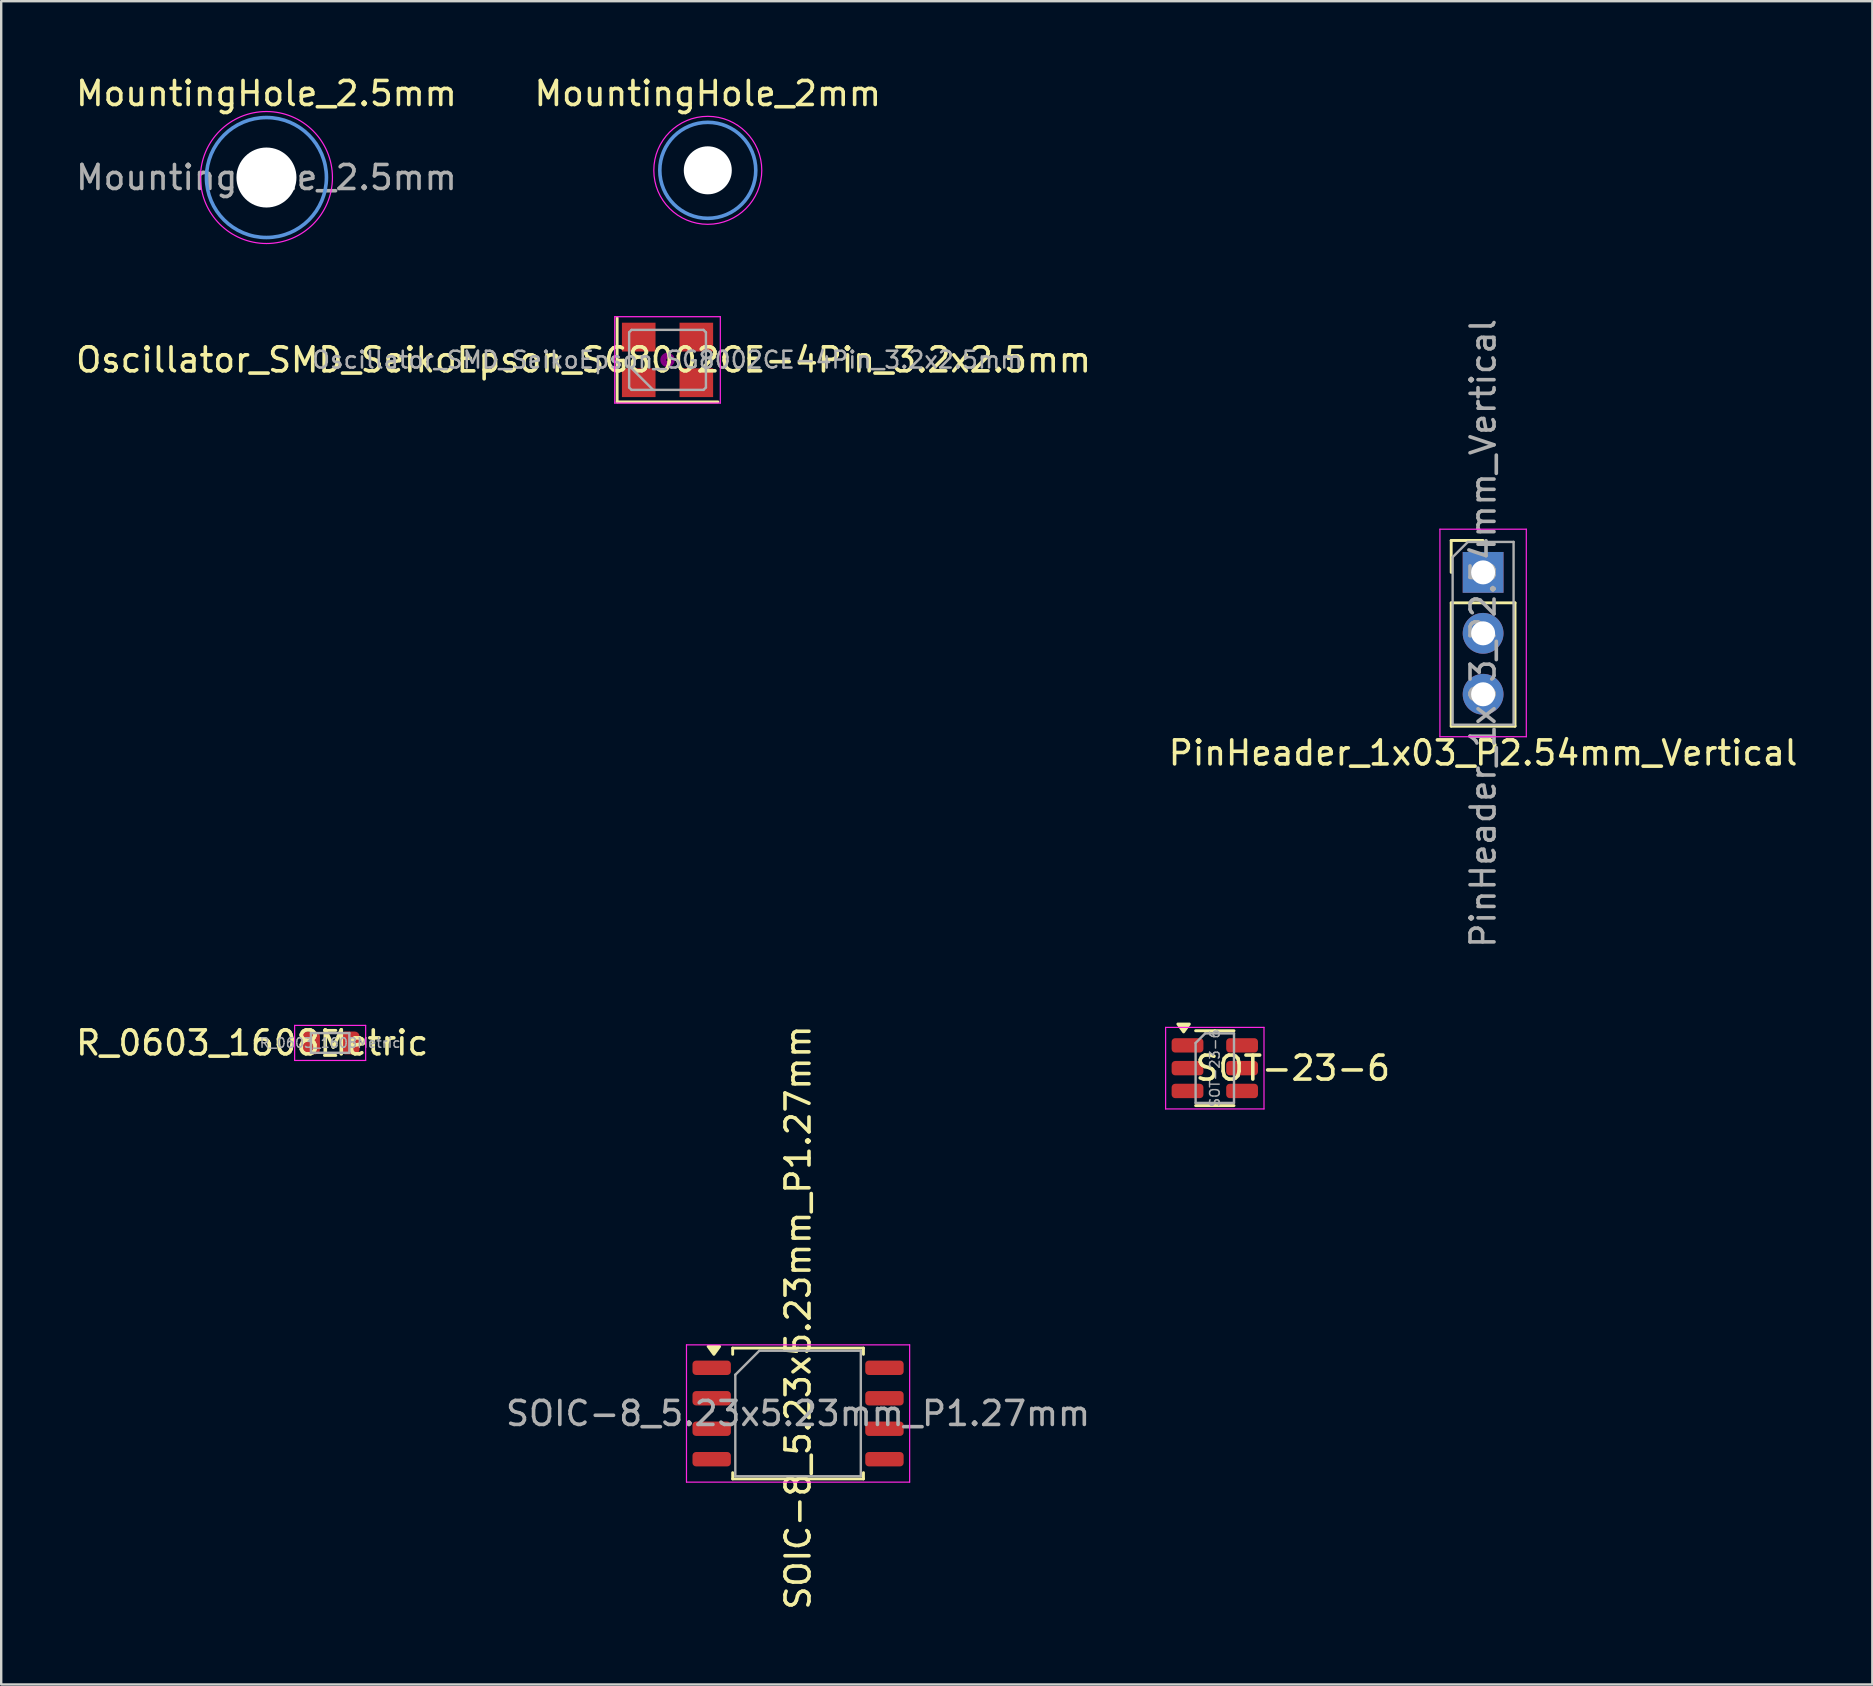
<source format=kicad_pcb>
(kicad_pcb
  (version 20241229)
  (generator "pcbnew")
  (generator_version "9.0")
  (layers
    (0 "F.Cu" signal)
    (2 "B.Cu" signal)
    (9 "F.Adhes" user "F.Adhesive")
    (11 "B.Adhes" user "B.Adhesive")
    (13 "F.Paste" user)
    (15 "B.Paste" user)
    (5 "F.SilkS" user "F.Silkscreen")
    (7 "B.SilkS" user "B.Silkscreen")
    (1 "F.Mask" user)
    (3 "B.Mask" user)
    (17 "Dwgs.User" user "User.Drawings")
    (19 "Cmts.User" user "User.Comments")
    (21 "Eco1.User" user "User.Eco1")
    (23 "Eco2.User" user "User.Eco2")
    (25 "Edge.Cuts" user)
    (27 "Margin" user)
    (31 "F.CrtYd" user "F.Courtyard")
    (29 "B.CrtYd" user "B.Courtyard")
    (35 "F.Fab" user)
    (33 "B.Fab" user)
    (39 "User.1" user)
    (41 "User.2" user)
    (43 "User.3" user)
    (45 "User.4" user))
  (footprint "SOT-23-6"
    (layer "F.Cu")
    (at 47.575 41.464)
    (property "Reference" "SOT-23-6" (at 3.25 0 0) (layer "F.SilkS") (effects (font (size 1 1) (thickness 0.15))))
    (attr smd)
    (fp_line (start 0 -1.56) (end -0.8 -1.56) (stroke (width 0.12) (type solid)) (layer "F.SilkS"))
    (fp_line (start 0 -1.56) (end 0.8 -1.56) (stroke (width 0.12) (type solid)) (layer "F.SilkS"))
    (fp_line (start 0 1.56) (end -0.8 1.56) (stroke (width 0.12) (type solid)) (layer "F.SilkS"))
    (fp_line (start 0 1.56) (end 0.8 1.56) (stroke (width 0.12) (type solid)) (layer "F.SilkS"))
    (fp_poly (pts (xy -1.3 -1.51) (xy -1.54 -1.84) (xy -1.06 -1.84) (xy -1.3 -1.51)) (stroke (width 0.12) (type solid)) (fill yes) (layer "F.SilkS"))
    (fp_line (start -2.05 -1.7) (end -2.05 1.7) (stroke (width 0.05) (type solid)) (layer "F.CrtYd"))
    (fp_line (start -2.05 1.7) (end 2.05 1.7) (stroke (width 0.05) (type solid)) (layer "F.CrtYd"))
    (fp_line (start 2.05 -1.7) (end -2.05 -1.7) (stroke (width 0.05) (type solid)) (layer "F.CrtYd"))
    (fp_line (start 2.05 1.7) (end 2.05 -1.7) (stroke (width 0.05) (type solid)) (layer "F.CrtYd"))
    (fp_line (start -0.8 -1.05) (end -0.4 -1.45) (stroke (width 0.1) (type solid)) (layer "F.Fab"))
    (fp_line (start -0.8 1.45) (end -0.8 -1.05) (stroke (width 0.1) (type solid)) (layer "F.Fab"))
    (fp_line (start -0.4 -1.45) (end 0.8 -1.45) (stroke (width 0.1) (type solid)) (layer "F.Fab"))
    (fp_line (start 0.8 -1.45) (end 0.8 1.45) (stroke (width 0.1) (type solid)) (layer "F.Fab"))
    (fp_line (start 0.8 1.45) (end -0.8 1.45) (stroke (width 0.1) (type solid)) (layer "F.Fab"))
    (fp_text user "${REFERENCE}" (at 0 0 270) (layer "F.Fab") (effects (font (size 0.4 0.4) (thickness 0.06))))
    (pad "1" smd roundrect (at -1.137 -0.95) (size 1.325 0.6) (layers "F.Cu" "F.Mask" "F.Paste") (roundrect_rratio 0.25))
    (pad "2" smd roundrect (at -1.137 0) (size 1.325 0.6) (layers "F.Cu" "F.Mask" "F.Paste") (roundrect_rratio 0.25))
    (pad "3" smd roundrect (at -1.137 0.95) (size 1.325 0.6) (layers "F.Cu" "F.Mask" "F.Paste") (roundrect_rratio 0.25))
    (pad "4" smd roundrect (at 1.137 0.95) (size 1.325 0.6) (layers "F.Cu" "F.Mask" "F.Paste") (roundrect_rratio 0.25))
    (pad "5" smd roundrect (at 1.137 0) (size 1.325 0.6) (layers "F.Cu" "F.Mask" "F.Paste") (roundrect_rratio 0.25))
    (pad "6" smd roundrect (at 1.137 -0.95) (size 1.325 0.6) (layers "F.Cu" "F.Mask" "F.Paste") (roundrect_rratio 0.25)))
  (footprint "PinHeader_1x03_P2.54mm_Vertical"
    (layer "F.Cu")
    (at 58.756 20.803)
    (property "Reference" "PinHeader_1x03_P2.54mm_Vertical" (at 0 7.525 0) (layer "F.SilkS") (effects (font (size 1 1) (thickness 0.15))))
    (attr through_hole exclude_from_bom dnp)
    (fp_line (start -1.33 -1.33) (end 0 -1.33) (stroke (width 0.12) (type solid)) (layer "F.SilkS"))
    (fp_line (start -1.33 0) (end -1.33 -1.33) (stroke (width 0.12) (type solid)) (layer "F.SilkS"))
    (fp_line (start -1.33 1.27) (end -1.33 6.41) (stroke (width 0.12) (type solid)) (layer "F.SilkS"))
    (fp_line (start -1.33 1.27) (end 1.33 1.27) (stroke (width 0.12) (type solid)) (layer "F.SilkS"))
    (fp_line (start -1.33 6.41) (end 1.33 6.41) (stroke (width 0.12) (type solid)) (layer "F.SilkS"))
    (fp_line (start 1.33 1.27) (end 1.33 6.41) (stroke (width 0.12) (type solid)) (layer "F.SilkS"))
    (fp_line (start -1.8 -1.8) (end -1.8 6.85) (stroke (width 0.05) (type solid)) (layer "F.CrtYd"))
    (fp_line (start -1.8 6.85) (end 1.8 6.85) (stroke (width 0.05) (type solid)) (layer "F.CrtYd"))
    (fp_line (start 1.8 -1.8) (end -1.8 -1.8) (stroke (width 0.05) (type solid)) (layer "F.CrtYd"))
    (fp_line (start 1.8 6.85) (end 1.8 -1.8) (stroke (width 0.05) (type solid)) (layer "F.CrtYd"))
    (fp_line (start -1.27 -0.635) (end -0.635 -1.27) (stroke (width 0.1) (type solid)) (layer "F.Fab"))
    (fp_line (start -1.27 6.35) (end -1.27 -0.635) (stroke (width 0.1) (type solid)) (layer "F.Fab"))
    (fp_line (start -0.635 -1.27) (end 1.27 -1.27) (stroke (width 0.1) (type solid)) (layer "F.Fab"))
    (fp_line (start 1.27 -1.27) (end 1.27 6.35) (stroke (width 0.1) (type solid)) (layer "F.Fab"))
    (fp_line (start 1.27 6.35) (end -1.27 6.35) (stroke (width 0.1) (type solid)) (layer "F.Fab"))
    (fp_text user "${REFERENCE}" (at 0 2.54 90) (layer "F.Fab") (effects (font (size 1 1) (thickness 0.15))))
    (pad "1" thru_hole rect (at 0 0) (size 1.7 1.7) (drill 1) (layers "*.Cu" "*.Mask"))
    (pad "2" thru_hole oval (at 0 2.54) (size 1.7 1.7) (drill 1) (layers "*.Cu" "*.Mask"))
    (pad "3" thru_hole oval (at 0 5.08) (size 1.7 1.7) (drill 1) (layers "*.Cu" "*.Mask")))
  (footprint "MountingHole_2mm"
    (layer "F.Cu")
    (at 26.446 4.048)
    (property "Reference" "MountingHole_2mm" (at 0 -3.2 0) (layer "F.SilkS") (effects (font (size 1 1) (thickness 0.15))))
    (attr board_only exclude_from_pos_files exclude_from_bom)
    (fp_circle (center 0 0) (end 2 0) (stroke (width 0.15) (type solid)) (fill no) (layer "Cmts.User"))
    (fp_circle (center 0 0) (end 2.25 0) (stroke (width 0.05) (type solid)) (fill no) (layer "F.CrtYd"))
    (pad "" np_thru_hole circle (at 0 0) (size 2 2) (drill 2) (layers "*.Cu" "*.Mask")))
  (footprint "SOIC-8_5.23x5.23mm_P1.27mm"
    (layer "F.Cu")
    (at 30.208 55.855)
    (property "Reference" "SOIC-8_5.23x5.23mm_P1.27mm" (at 0 -4 90) (layer "F.SilkS") (effects (font (size 1 1) (thickness 0.15))))
    (attr smd)
    (fp_line (start -2.725 -2.725) (end -2.725 -2.465) (stroke (width 0.12) (type solid)) (layer "F.SilkS"))
    (fp_line (start -2.725 2.725) (end -2.725 2.465) (stroke (width 0.12) (type solid)) (layer "F.SilkS"))
    (fp_line (start 0 -2.725) (end -2.725 -2.725) (stroke (width 0.12) (type solid)) (layer "F.SilkS"))
    (fp_line (start 0 -2.725) (end 2.725 -2.725) (stroke (width 0.12) (type solid)) (layer "F.SilkS"))
    (fp_line (start 0 2.725) (end -2.725 2.725) (stroke (width 0.12) (type solid)) (layer "F.SilkS"))
    (fp_line (start 0 2.725) (end 2.725 2.725) (stroke (width 0.12) (type solid)) (layer "F.SilkS"))
    (fp_line (start 2.725 -2.725) (end 2.725 -2.465) (stroke (width 0.12) (type solid)) (layer "F.SilkS"))
    (fp_line (start 2.725 2.725) (end 2.725 2.465) (stroke (width 0.12) (type solid)) (layer "F.SilkS"))
    (fp_poly (pts (xy -3.507 -2.465) (xy -3.748 -2.795) (xy -3.268 -2.795) (xy -3.507 -2.465)) (stroke (width 0.12) (type solid)) (fill yes) (layer "F.SilkS"))
    (fp_line (start -4.65 -2.86) (end -4.65 2.86) (stroke (width 0.05) (type solid)) (layer "F.CrtYd"))
    (fp_line (start -4.65 2.86) (end 4.65 2.86) (stroke (width 0.05) (type solid)) (layer "F.CrtYd"))
    (fp_line (start 4.65 -2.86) (end -4.65 -2.86) (stroke (width 0.05) (type solid)) (layer "F.CrtYd"))
    (fp_line (start 4.65 2.86) (end 4.65 -2.86) (stroke (width 0.05) (type solid)) (layer "F.CrtYd"))
    (fp_line (start -2.615 -1.615) (end -1.615 -2.615) (stroke (width 0.1) (type solid)) (layer "F.Fab"))
    (fp_line (start -2.615 2.615) (end -2.615 -1.615) (stroke (width 0.1) (type solid)) (layer "F.Fab"))
    (fp_line (start -1.615 -2.615) (end 2.615 -2.615) (stroke (width 0.1) (type solid)) (layer "F.Fab"))
    (fp_line (start 2.615 -2.615) (end 2.615 2.615) (stroke (width 0.1) (type solid)) (layer "F.Fab"))
    (fp_line (start 2.615 2.615) (end -2.615 2.615) (stroke (width 0.1) (type solid)) (layer "F.Fab"))
    (fp_text user "${REFERENCE}" (at 0 0 180) (layer "F.Fab") (effects (font (size 1 1) (thickness 0.15))))
    (pad "1" smd roundrect (at -3.6 -1.905) (size 1.6 0.6) (layers "F.Cu" "F.Mask" "F.Paste") (roundrect_rratio 0.25))
    (pad "2" smd roundrect (at -3.6 -0.635) (size 1.6 0.6) (layers "F.Cu" "F.Mask" "F.Paste") (roundrect_rratio 0.25))
    (pad "3" smd roundrect (at -3.6 0.635) (size 1.6 0.6) (layers "F.Cu" "F.Mask" "F.Paste") (roundrect_rratio 0.25))
    (pad "4" smd roundrect (at -3.6 1.905) (size 1.6 0.6) (layers "F.Cu" "F.Mask" "F.Paste") (roundrect_rratio 0.25))
    (pad "5" smd roundrect (at 3.6 1.905) (size 1.6 0.6) (layers "F.Cu" "F.Mask" "F.Paste") (roundrect_rratio 0.25))
    (pad "6" smd roundrect (at 3.6 0.635) (size 1.6 0.6) (layers "F.Cu" "F.Mask" "F.Paste") (roundrect_rratio 0.25))
    (pad "7" smd roundrect (at 3.6 -0.635) (size 1.6 0.6) (layers "F.Cu" "F.Mask" "F.Paste") (roundrect_rratio 0.25))
    (pad "8" smd roundrect (at 3.6 -1.905) (size 1.6 0.6) (layers "F.Cu" "F.Mask" "F.Paste") (roundrect_rratio 0.25)))
  (footprint "Oscillator_SMD_SeikoEpson_SG8002CE-4Pin_3.2x2.5mm"
    (layer "F.Cu")
    (at 24.768 11.948)
    (property "Reference" "Oscillator_SMD_SeikoEpson_SG8002CE-4Pin_3.2x2.5mm" (at -3.5 0 0) (layer "F.SilkS") (effects (font (size 1 1) (thickness 0.15))))
    (attr smd)
    (fp_line (start -2.1 -1.75) (end -2.1 1.75) (stroke (width 0.12) (type solid)) (layer "F.SilkS"))
    (fp_line (start -2.1 1.75) (end 2.1 1.75) (stroke (width 0.12) (type solid)) (layer "F.SilkS"))
    (fp_circle (center 0 0) (end 0.058 0) (stroke (width 0.117) (type solid)) (fill no) (layer "F.Adhes"))
    (fp_circle (center 0 0) (end 0.133 0) (stroke (width 0.083) (type solid)) (fill no) (layer "F.Adhes"))
    (fp_circle (center 0 0) (end 0.208 0) (stroke (width 0.083) (type solid)) (fill no) (layer "F.Adhes"))
    (fp_circle (center 0 0) (end 0.25 0) (stroke (width 0.1) (type solid)) (fill no) (layer "F.Adhes"))
    (fp_line (start -2.2 -1.8) (end -2.2 1.8) (stroke (width 0.05) (type solid)) (layer "F.CrtYd"))
    (fp_line (start -2.2 1.8) (end 2.2 1.8) (stroke (width 0.05) (type solid)) (layer "F.CrtYd"))
    (fp_line (start 2.2 -1.8) (end -2.2 -1.8) (stroke (width 0.05) (type solid)) (layer "F.CrtYd"))
    (fp_line (start 2.2 1.8) (end 2.2 -1.8) (stroke (width 0.05) (type solid)) (layer "F.CrtYd"))
    (fp_line (start -1.6 -1.15) (end -1.5 -1.25) (stroke (width 0.1) (type solid)) (layer "F.Fab"))
    (fp_line (start -1.6 0.25) (end -0.6 1.25) (stroke (width 0.1) (type solid)) (layer "F.Fab"))
    (fp_line (start -1.6 1.15) (end -1.6 -1.15) (stroke (width 0.1) (type solid)) (layer "F.Fab"))
    (fp_line (start -1.5 -1.25) (end 1.5 -1.25) (stroke (width 0.1) (type solid)) (layer "F.Fab"))
    (fp_line (start -1.5 1.25) (end -1.6 1.15) (stroke (width 0.1) (type solid)) (layer "F.Fab"))
    (fp_line (start 1.5 -1.25) (end 1.6 -1.15) (stroke (width 0.1) (type solid)) (layer "F.Fab"))
    (fp_line (start 1.5 1.25) (end -1.5 1.25) (stroke (width 0.1) (type solid)) (layer "F.Fab"))
    (fp_line (start 1.6 -1.15) (end 1.6 1.15) (stroke (width 0.1) (type solid)) (layer "F.Fab"))
    (fp_line (start 1.6 1.15) (end 1.5 1.25) (stroke (width 0.1) (type solid)) (layer "F.Fab"))
    (fp_text user "${REFERENCE}" (at 0 0 0) (layer "F.Fab") (effects (font (size 0.7 0.7) (thickness 0.105))))
    (pad "1" smd rect (at -1.2 0.95) (size 1.4 1.2) (layers "F.Cu" "F.Mask" "F.Paste"))
    (pad "2" smd rect (at 1.2 0.95) (size 1.4 1.2) (layers "F.Cu" "F.Mask" "F.Paste"))
    (pad "3" smd rect (at 1.2 -0.95) (size 1.4 1.2) (layers "F.Cu" "F.Mask" "F.Paste"))
    (pad "4" smd rect (at -1.2 -0.95) (size 1.4 1.2) (layers "F.Cu" "F.Mask" "F.Paste")))
  (footprint "MountingHole_2.5mm"
    (layer "F.Cu")
    (at 8.054 4.348)
    (property "Reference" "MountingHole_2.5mm" (at 0 -3.5 0) (layer "F.SilkS") (effects (font (size 1 1) (thickness 0.15))))
    (attr exclude_from_pos_files exclude_from_bom)
    (fp_circle (center 0 0) (end 2.5 0) (stroke (width 0.15) (type solid)) (fill no) (layer "Cmts.User"))
    (fp_circle (center 0 0) (end 2.75 0) (stroke (width 0.05) (type solid)) (fill no) (layer "F.CrtYd"))
    (fp_text user "${REFERENCE}" (at 0 0 0) (layer "F.Fab") (effects (font (size 1 1) (thickness 0.15))))
    (pad "" np_thru_hole circle (at 0 0) (size 2.5 2.5) (drill 2.5) (layers "*.Cu" "*.Mask")))
  (footprint "R_0603_1608Metric"
    (layer "F.Cu")
    (at 10.708 40.412)
    (property "Reference" "R_0603_1608Metric" (at -3.25 0 0) (layer "F.SilkS") (effects (font (size 1 1) (thickness 0.15))))
    (attr smd)
    (fp_line (start -0.237 -0.522) (end 0.237 -0.522) (stroke (width 0.12) (type solid)) (layer "F.SilkS"))
    (fp_line (start -0.237 0.522) (end 0.237 0.522) (stroke (width 0.12) (type solid)) (layer "F.SilkS"))
    (fp_line (start -1.48 -0.73) (end 1.48 -0.73) (stroke (width 0.05) (type solid)) (layer "F.CrtYd"))
    (fp_line (start -1.48 0.73) (end -1.48 -0.73) (stroke (width 0.05) (type solid)) (layer "F.CrtYd"))
    (fp_line (start 1.48 -0.73) (end 1.48 0.73) (stroke (width 0.05) (type solid)) (layer "F.CrtYd"))
    (fp_line (start 1.48 0.73) (end -1.48 0.73) (stroke (width 0.05) (type solid)) (layer "F.CrtYd"))
    (fp_line (start -0.8 -0.412) (end 0.8 -0.412) (stroke (width 0.1) (type solid)) (layer "F.Fab"))
    (fp_line (start -0.8 0.412) (end -0.8 -0.412) (stroke (width 0.1) (type solid)) (layer "F.Fab"))
    (fp_line (start 0.8 -0.412) (end 0.8 0.412) (stroke (width 0.1) (type solid)) (layer "F.Fab"))
    (fp_line (start 0.8 0.412) (end -0.8 0.412) (stroke (width 0.1) (type solid)) (layer "F.Fab"))
    (fp_text user "${REFERENCE}" (at 0 0 0) (layer "F.Fab") (effects (font (size 0.4 0.4) (thickness 0.06))))
    (pad "1" smd roundrect (at -0.825 0 180) (size 0.8 0.95) (layers "F.Cu" "F.Mask" "F.Paste") (roundrect_rratio 0.25))
    (pad "2" smd roundrect (at 0.825 0 180) (size 0.8 0.95) (layers "F.Cu" "F.Mask" "F.Paste") (roundrect_rratio 0.25)))
  (gr_rect
    (start -3 -3)
    (end 74.976 67.147)
    (stroke (width 0.1) (type default))
    (fill no)
    (layer "Edge.Cuts")))
</source>
